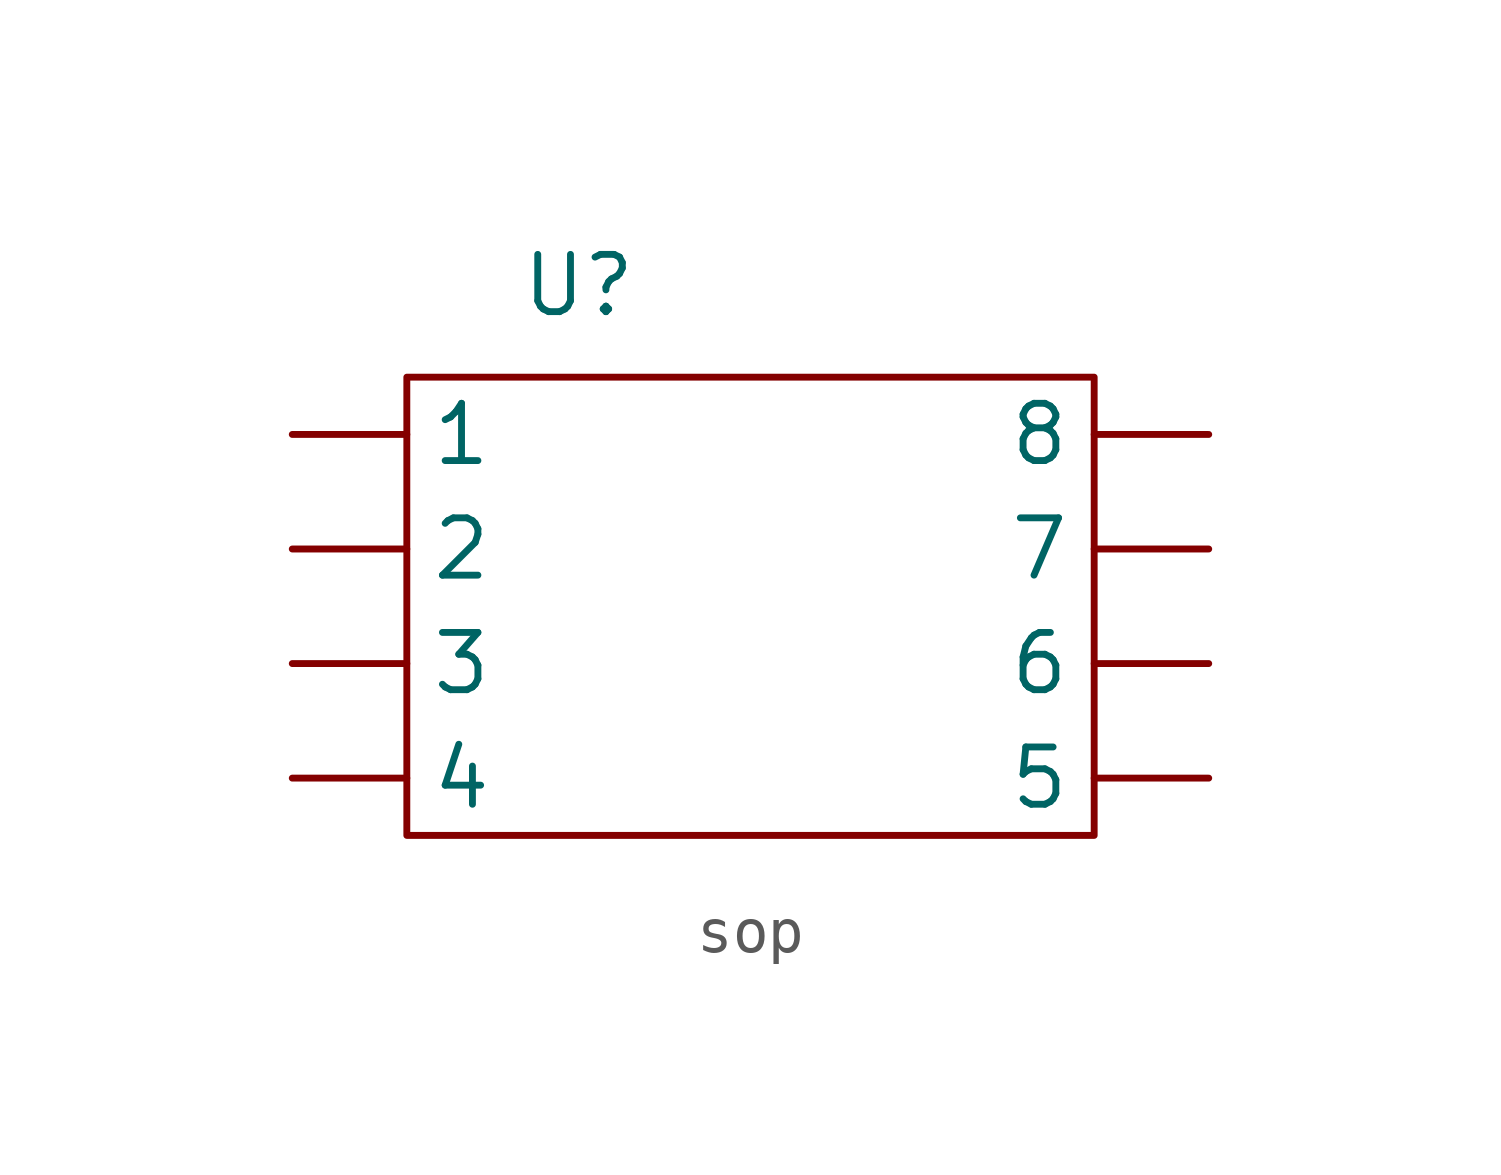
<source format=kicad_sym>
(kicad_symbol_lib
  (version 20231120)
  (generator "kicad_symbol_editor")
  (generator_version "8.0")
  (symbol "sop"
    (property "Reference" "U"
      (at -3.81 7.112 0)
      (effects (font (size 1.27 1.27))))
    (property "Value" ""
      (at -6.35 1.27 0)
      (effects (font (size 1.27 1.27))))
    (symbol "sop_0_1"
      (rectangle (start -7.62 5.08) (end 7.62 -5.08) (stroke (width 0) (type default)) (fill (type none))))
    (symbol "sop_1_1"
      (pin input line (at -10.16 3.81 0) (length 2.54) (name "1" (effects (font (size 1.27 1.27)))) (number "" (effects (font (size 1.27 1.27)))))
      (pin input line (at -10.16 1.27 0) (length 2.54) (name "2" (effects (font (size 1.27 1.27)))) (number "" (effects (font (size 1.27 1.27)))))
      (pin input line (at -10.16 -1.27 0) (length 2.54) (name "3" (effects (font (size 1.27 1.27)))) (number "" (effects (font (size 1.27 1.27)))))
      (pin input line (at -10.16 -3.81 0) (length 2.54) (name "4" (effects (font (size 1.27 1.27)))) (number "" (effects (font (size 1.27 1.27)))))
      (pin input line (at 10.16 -3.81 180) (length 2.54) (name "5" (effects (font (size 1.27 1.27)))) (number "" (effects (font (size 1.27 1.27)))))
      (pin input line (at 10.16 -1.27 180) (length 2.54) (name "6" (effects (font (size 1.27 1.27)))) (number "" (effects (font (size 1.27 1.27)))))
      (pin input line (at 10.16 1.27 180) (length 2.54) (name "7" (effects (font (size 1.27 1.27)))) (number "" (effects (font (size 1.27 1.27)))))
      (pin input line (at 10.16 3.81 180) (length 2.54) (name "8" (effects (font (size 1.27 1.27)))) (number "" (effects (font (size 1.27 1.27))))))))
</source>
